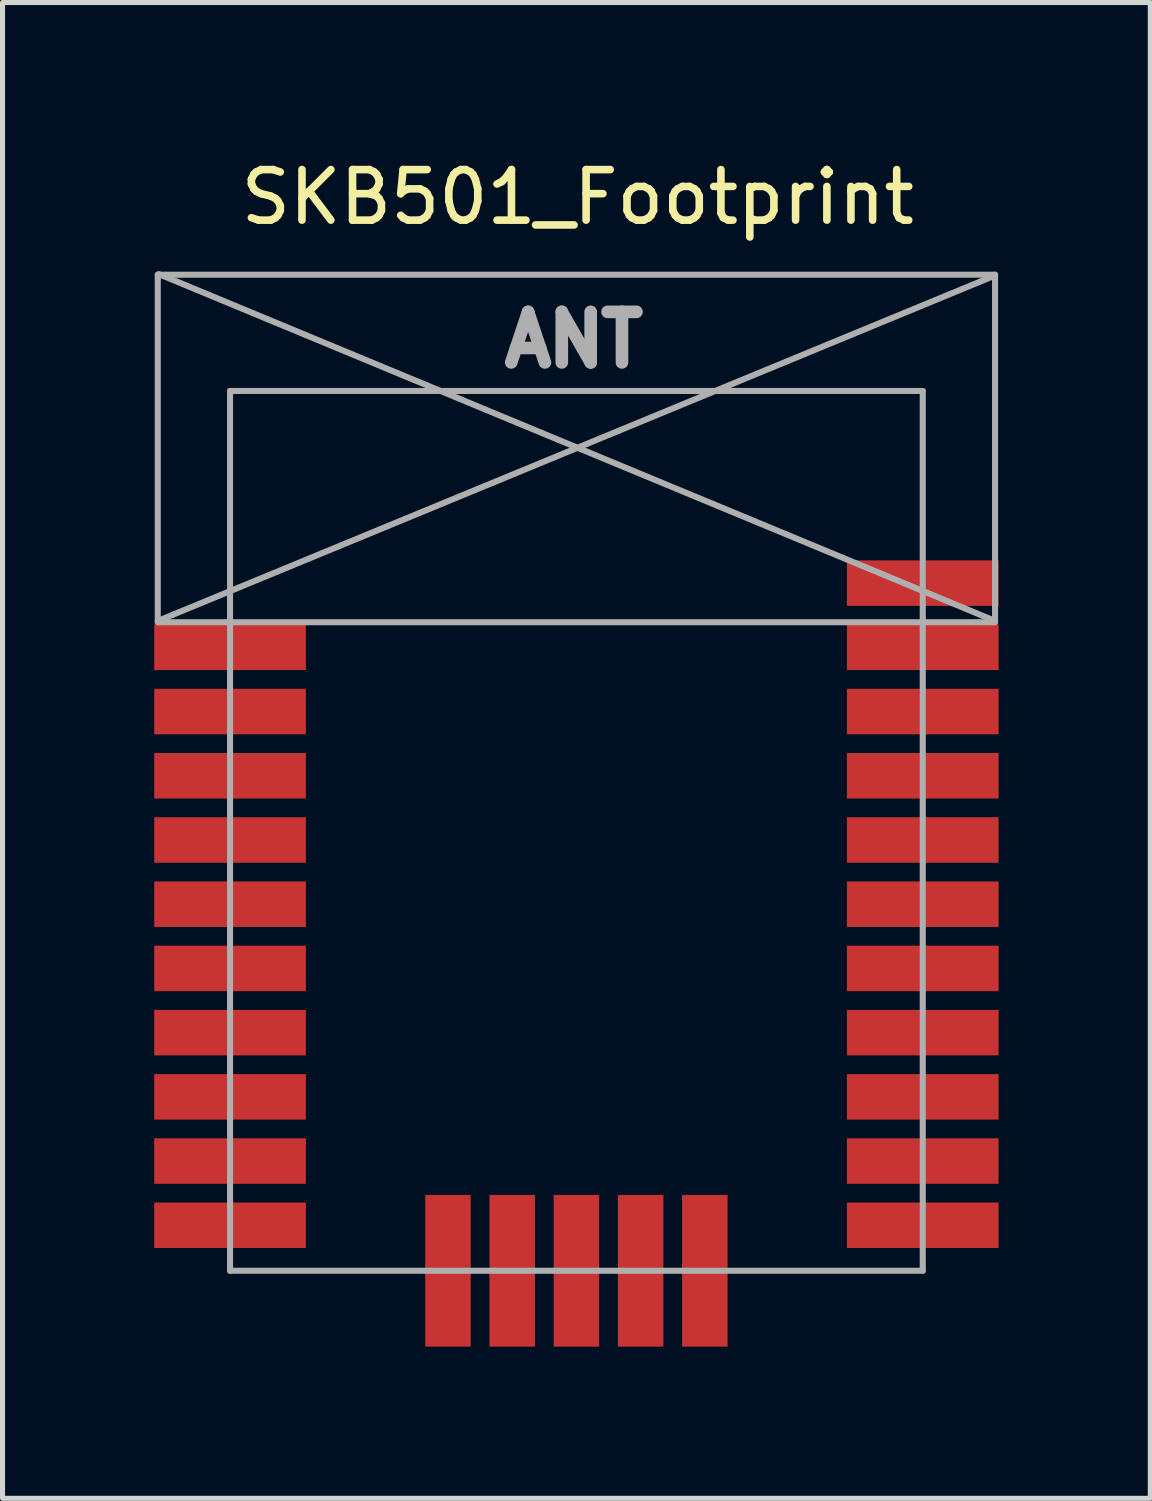
<source format=kicad_pcb>
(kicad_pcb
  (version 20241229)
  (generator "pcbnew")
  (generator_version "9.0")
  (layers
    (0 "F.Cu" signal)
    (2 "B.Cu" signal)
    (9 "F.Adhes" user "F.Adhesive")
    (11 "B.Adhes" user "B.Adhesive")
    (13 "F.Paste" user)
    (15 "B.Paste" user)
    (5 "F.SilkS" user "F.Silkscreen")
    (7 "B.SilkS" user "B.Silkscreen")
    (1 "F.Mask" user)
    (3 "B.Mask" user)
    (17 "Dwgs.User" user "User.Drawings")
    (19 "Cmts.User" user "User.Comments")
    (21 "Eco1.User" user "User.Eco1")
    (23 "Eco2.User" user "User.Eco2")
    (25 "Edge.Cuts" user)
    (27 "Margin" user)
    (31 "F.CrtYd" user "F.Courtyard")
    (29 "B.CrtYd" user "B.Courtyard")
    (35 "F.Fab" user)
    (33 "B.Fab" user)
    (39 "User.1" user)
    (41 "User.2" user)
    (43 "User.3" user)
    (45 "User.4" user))
  (footprint "SKB501_Footprint"
    (layer "F.Cu")
    (at 8.35 22.083)
    (property "Reference" "SKB501_Footprint" (at 0.025 -21.234 0) (layer "F.SilkS") (effects (font (size 1 1) (thickness 0.15))))
    (attr through_hole)
    (fp_line (start -8.28 -19.7) (end -8.28 -12.827) (stroke (width 0.12) (type solid)) (layer "F.Fab"))
    (fp_line (start -8.28 -19.7) (end 8.28 -19.7) (stroke (width 0.12) (type solid)) (layer "F.Fab"))
    (fp_line (start -8.28 -12.827) (end 8.28 -12.827) (stroke (width 0.12) (type solid)) (layer "F.Fab"))
    (fp_line (start -8.255 -19.71) (end 8.28 -12.852) (stroke (width 0.12) (type solid)) (layer "F.Fab"))
    (fp_line (start -6.85 0) (end -6.85 -17.4) (stroke (width 0.12) (type solid)) (layer "F.Fab"))
    (fp_line (start -6.85 0) (end 6.85 0) (stroke (width 0.12) (type solid)) (layer "F.Fab"))
    (fp_line (start 6.85 -17.4) (end -6.85 -17.4) (stroke (width 0.12) (type solid)) (layer "F.Fab"))
    (fp_line (start 6.85 0) (end 6.85 -17.4) (stroke (width 0.12) (type solid)) (layer "F.Fab"))
    (fp_line (start 8.28 -19.7) (end 8.28 -12.827) (stroke (width 0.12) (type solid)) (layer "F.Fab"))
    (fp_line (start 8.28 -19.685) (end -8.28 -12.852) (stroke (width 0.12) (type solid)) (layer "F.Fab"))
    (fp_text user "ANT" (at -0.051 -18.415 0) (layer "F.Fab") (effects (font (size 1 1) (thickness 0.25))))
    (pad "1" smd rect (at -6.85 -12.33 90) (size 0.9 3) (layers "F.Cu" "F.Mask" "F.Paste"))
    (pad "2" smd rect (at -6.85 -11.06 90) (size 0.9 3) (layers "F.Cu" "F.Mask" "F.Paste"))
    (pad "3" smd rect (at -6.85 -9.79 90) (size 0.9 3) (layers "F.Cu" "F.Mask" "F.Paste"))
    (pad "4" smd rect (at -6.85 -8.52 90) (size 0.9 3) (layers "F.Cu" "F.Mask" "F.Paste"))
    (pad "5" smd rect (at -6.85 -7.25 90) (size 0.9 3) (layers "F.Cu" "F.Mask" "F.Paste"))
    (pad "6" smd rect (at -6.85 -5.98 90) (size 0.9 3) (layers "F.Cu" "F.Mask" "F.Paste"))
    (pad "7" smd rect (at -6.85 -4.71 90) (size 0.9 3) (layers "F.Cu" "F.Mask" "F.Paste"))
    (pad "8" smd rect (at -6.85 -3.44 90) (size 0.9 3) (layers "F.Cu" "F.Mask" "F.Paste"))
    (pad "9" smd rect (at -6.85 -2.17 90) (size 0.9 3) (layers "F.Cu" "F.Mask" "F.Paste"))
    (pad "10" smd rect (at -6.85 -0.9 90) (size 0.9 3) (layers "F.Cu" "F.Mask" "F.Paste"))
    (pad "11" smd rect (at -2.54 0) (size 0.9 3) (layers "F.Cu" "F.Mask" "F.Paste"))
    (pad "12" smd rect (at -1.27 0) (size 0.9 3) (layers "F.Cu" "F.Mask" "F.Paste"))
    (pad "13" smd rect (at 0 0) (size 0.9 3) (layers "F.Cu" "F.Mask" "F.Paste"))
    (pad "14" smd rect (at 1.27 0) (size 0.9 3) (layers "F.Cu" "F.Mask" "F.Paste"))
    (pad "15" smd rect (at 2.54 0) (size 0.9 3) (layers "F.Cu" "F.Mask" "F.Paste"))
    (pad "16" smd rect (at 6.85 -0.9 90) (size 0.9 3) (layers "F.Cu" "F.Mask" "F.Paste"))
    (pad "17" smd rect (at 6.85 -2.17 90) (size 0.9 3) (layers "F.Cu" "F.Mask" "F.Paste"))
    (pad "18" smd rect (at 6.85 -3.44 90) (size 0.9 3) (layers "F.Cu" "F.Mask" "F.Paste"))
    (pad "19" smd rect (at 6.85 -4.71 90) (size 0.9 3) (layers "F.Cu" "F.Mask" "F.Paste"))
    (pad "20" smd rect (at 6.85 -5.98 90) (size 0.9 3) (layers "F.Cu" "F.Mask" "F.Paste"))
    (pad "21" smd rect (at 6.85 -7.25 90) (size 0.9 3) (layers "F.Cu" "F.Mask" "F.Paste"))
    (pad "22" smd rect (at 6.85 -8.52 90) (size 0.9 3) (layers "F.Cu" "F.Mask" "F.Paste"))
    (pad "23" smd rect (at 6.85 -9.79 90) (size 0.9 3) (layers "F.Cu" "F.Mask" "F.Paste"))
    (pad "24" smd rect (at 6.85 -11.06 90) (size 0.9 3) (layers "F.Cu" "F.Mask" "F.Paste"))
    (pad "25" smd rect (at 6.85 -12.33 90) (size 0.9 3) (layers "F.Cu" "F.Mask" "F.Paste"))
    (pad "26" smd rect (at 6.85 -13.6 90) (size 0.9 3) (layers "F.Cu" "F.Mask" "F.Paste")))
  (gr_rect
    (start -3 -3)
    (end 19.7 26.583)
    (stroke (width 0.1) (type default))
    (fill no)
    (layer "Edge.Cuts")))
</source>
